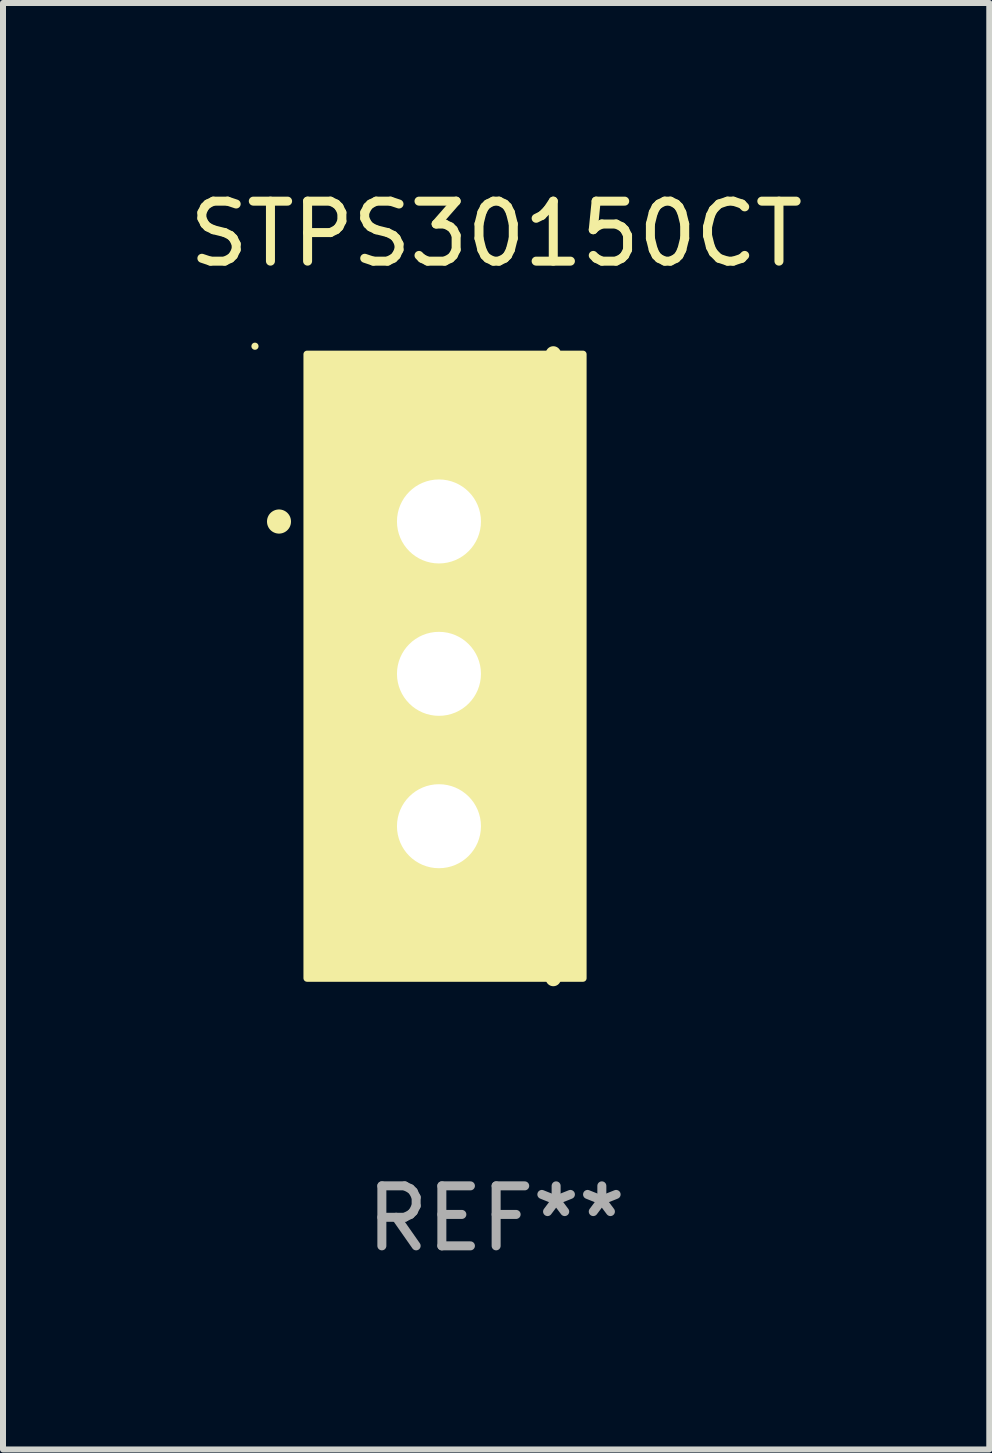
<source format=kicad_pcb>
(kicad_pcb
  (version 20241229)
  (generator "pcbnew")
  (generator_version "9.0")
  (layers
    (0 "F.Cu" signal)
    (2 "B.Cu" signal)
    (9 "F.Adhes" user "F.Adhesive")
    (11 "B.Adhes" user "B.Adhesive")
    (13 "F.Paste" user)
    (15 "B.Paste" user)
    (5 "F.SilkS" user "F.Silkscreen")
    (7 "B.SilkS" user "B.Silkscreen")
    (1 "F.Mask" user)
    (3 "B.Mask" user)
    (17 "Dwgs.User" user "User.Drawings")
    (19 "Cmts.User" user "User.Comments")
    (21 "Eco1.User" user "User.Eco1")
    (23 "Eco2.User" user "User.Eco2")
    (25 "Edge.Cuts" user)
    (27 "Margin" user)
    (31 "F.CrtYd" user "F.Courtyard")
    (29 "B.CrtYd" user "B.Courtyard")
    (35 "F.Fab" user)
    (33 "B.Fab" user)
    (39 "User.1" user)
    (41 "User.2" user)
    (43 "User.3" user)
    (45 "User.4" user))
  (footprint "STPS30150CT"
    (layer "F.Cu")
    (at 5.22 8.055)
    (property "Reference" "STPS30150CT" (at 0 -7.207 0) (layer "F.SilkS") (effects (font (size 1 1) (thickness 0.15))))
    (attr through_hole)
    (fp_line (start 0.953 5.207) (end 0.953 -5.207) (stroke (width 0.254) (type solid)) (layer "F.SilkS"))
    (fp_arc (start -3.619507 -2.410465) (mid -3.619511 -2.411735) (end -3.619507 -2.413005) (stroke (width 0.4) (type solid)) (layer "F.SilkS"))
    (fp_circle (center -4.02 -5.334) (end -3.99 -5.334) (stroke (width 0.06) (type solid)) (fill no) (layer "F.SilkS"))
    (fp_poly (pts (xy -3.152 -5.2) (xy 1.448 -5.2) (xy 1.448 5.2) (xy -3.152 5.2)) (stroke (width 0.12) (type solid)) (fill yes) (layer "F.SilkS"))
    (fp_text user "REF**" (at 0 9.207 0) (layer "F.Fab") (effects (font (size 1 1) (thickness 0.15))))
    (pad "1" thru_hole rect (at -0.953 -2.413 270) (size 2 2.5) (drill 1.4) (layers "*.Cu" "*.Mask"))
    (pad "2" thru_hole oval (at -0.953 0.127 270) (size 2 2.5) (drill 1.4) (layers "*.Cu" "*.Mask"))
    (pad "3" thru_hole oval (at -0.953 2.667 270) (size 2 2.5) (drill 1.4) (layers "*.Cu" "*.Mask")))
  (gr_rect
    (start -3 -3)
    (end 13.44 21.111)
    (stroke (width 0.1) (type default))
    (fill no)
    (layer "Edge.Cuts")))
</source>
